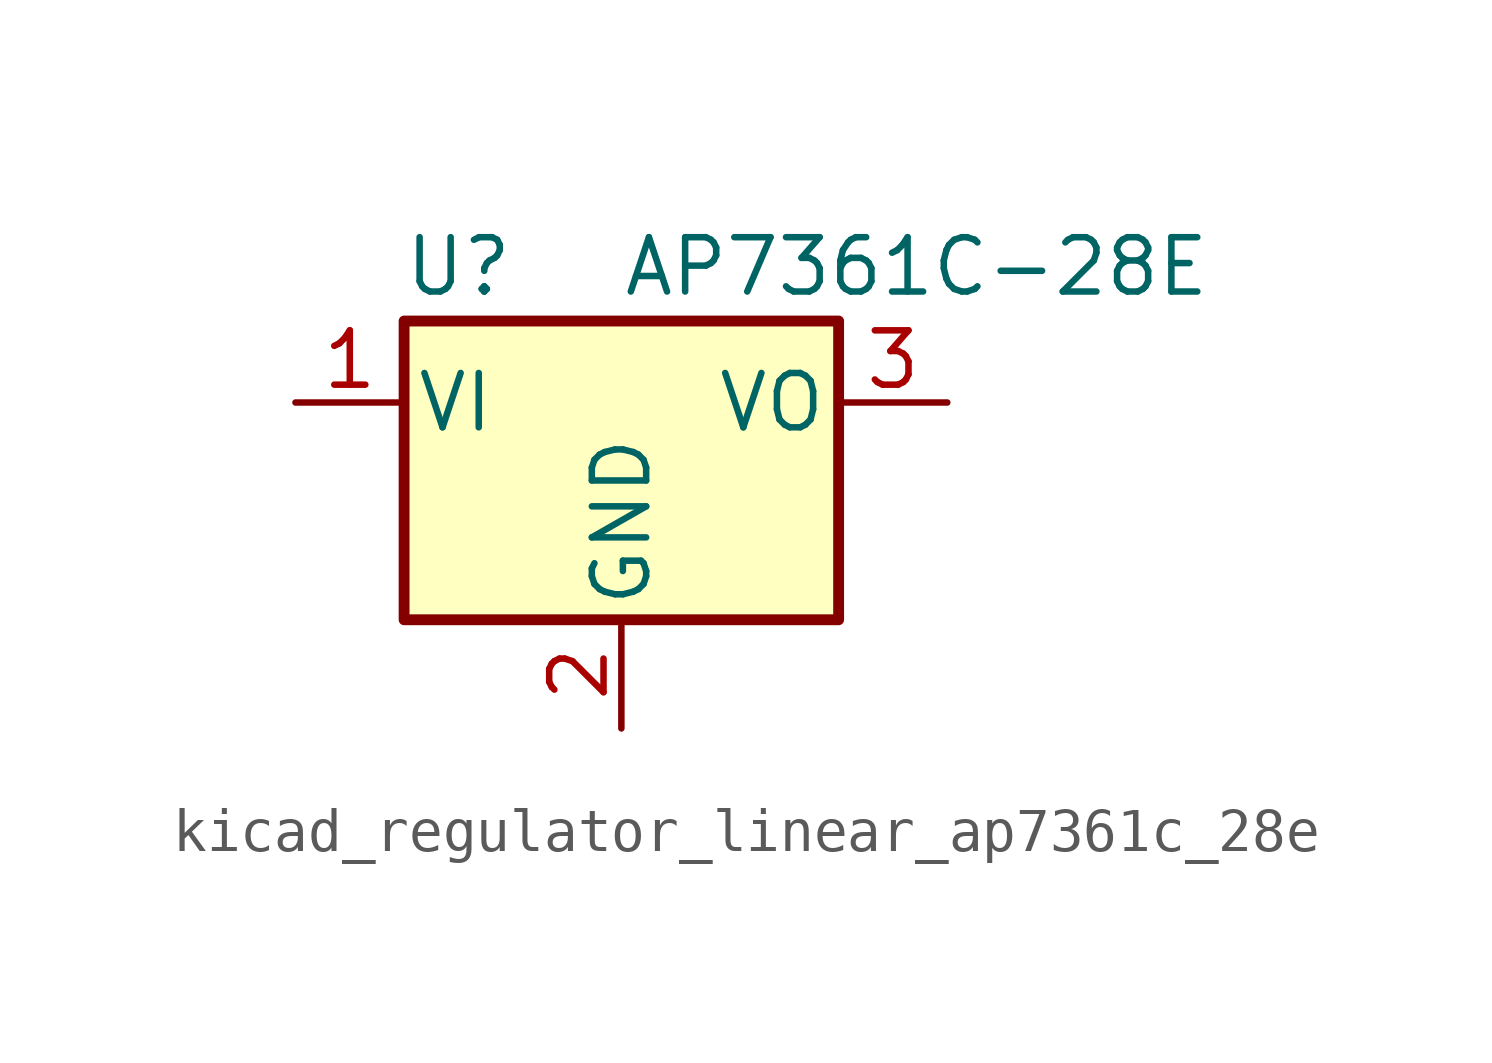
<source format=kicad_sym>
(kicad_symbol_lib
  (version 20220914)
  (generator kicad_symbol_editor)
  (symbol "kicad_regulator_linear_ap7361c_28e"
    (pin_names
      (offset 0.254))
    (property "Reference" "U"
      (at -3.81 3.175 0)
      (effects (font (size 1.27 1.27))))
    (property "Value" "AP7361C-28E"
      (at 0 3.175 0)
      (effects (font (size 1.27 1.27)) (justify left)))
    (symbol "kicad_regulator_linear_ap7361c_28e_0_1"
      (rectangle (start -5.08 -5.08) (end 5.08 1.905) (stroke (width 0.254) (type default)) (fill (type background))))
    (symbol "kicad_regulator_linear_ap7361c_28e_1_1"
      (pin power_in line (at -7.62 0 0) (length 2.54) (name "VI" (effects (font (size 1.27 1.27)))) (number "1" (effects (font (size 1.27 1.27)))))
      (pin power_in line (at 0 -7.62 90) (length 2.54) (name "GND" (effects (font (size 1.27 1.27)))) (number "2" (effects (font (size 1.27 1.27)))))
      (pin power_out line (at 7.62 0 180) (length 2.54) (name "VO" (effects (font (size 1.27 1.27)))) (number "3" (effects (font (size 1.27 1.27))))))))
</source>
